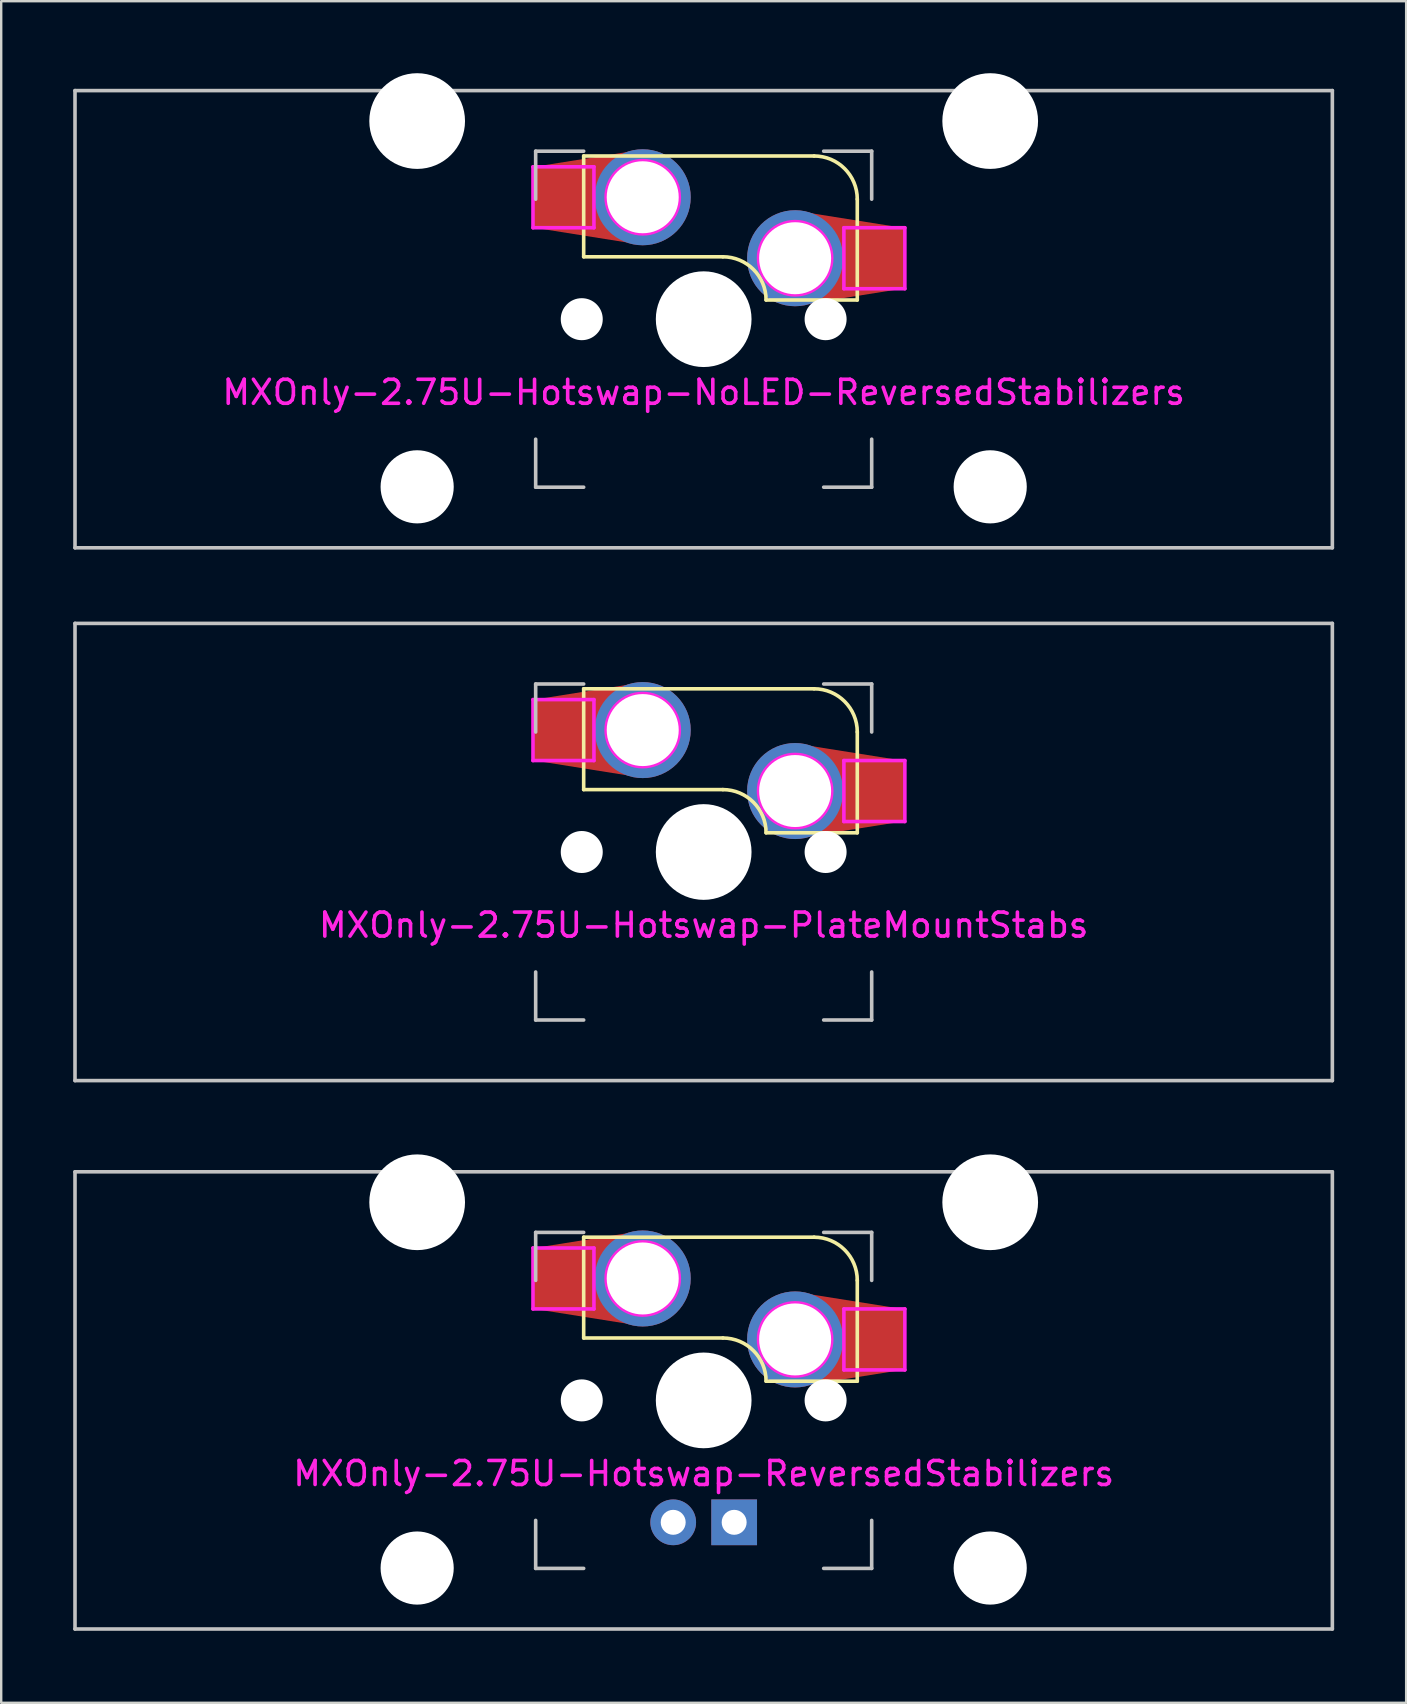
<source format=kicad_pcb>
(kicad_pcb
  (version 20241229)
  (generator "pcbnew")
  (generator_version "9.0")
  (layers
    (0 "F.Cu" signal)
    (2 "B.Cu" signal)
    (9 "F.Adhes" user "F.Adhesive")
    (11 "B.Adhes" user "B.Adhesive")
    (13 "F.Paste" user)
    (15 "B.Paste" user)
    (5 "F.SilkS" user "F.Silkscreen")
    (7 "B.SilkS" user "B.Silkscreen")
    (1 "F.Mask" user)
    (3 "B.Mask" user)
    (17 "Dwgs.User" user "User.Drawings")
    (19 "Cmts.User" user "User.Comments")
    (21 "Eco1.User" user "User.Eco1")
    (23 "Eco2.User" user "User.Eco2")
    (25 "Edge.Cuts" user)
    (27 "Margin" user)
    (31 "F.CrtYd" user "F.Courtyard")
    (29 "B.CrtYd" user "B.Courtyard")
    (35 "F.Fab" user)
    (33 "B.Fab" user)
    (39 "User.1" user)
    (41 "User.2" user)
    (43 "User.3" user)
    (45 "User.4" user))
  (footprint "MXOnly-2.75U-Hotswap-ReversedStabilizers"
    (layer "F.Cu")
    (at 26.269 55.298)
    (property "Reference" "MXOnly-2.75U-Hotswap-ReversedStabilizers" (at 0 3.048 180) (layer "F.CrtYd") (effects (font (size 1 1) (thickness 0.15))))
    (attr smd)
    (fp_line (start -5 -6.8) (end 4.6 -6.8) (stroke (width 0.15) (type solid)) (layer "F.SilkS"))
    (fp_line (start -5 -2.6) (end -5 -6.8) (stroke (width 0.15) (type solid)) (layer "F.SilkS"))
    (fp_line (start 0.8 -2.6) (end -5 -2.6) (stroke (width 0.15) (type solid)) (layer "F.SilkS"))
    (fp_line (start 6.4 -5) (end 6.4 -0.8) (stroke (width 0.15) (type solid)) (layer "F.SilkS"))
    (fp_line (start 6.4 -0.8) (end 2.6 -0.8) (stroke (width 0.15) (type solid)) (layer "F.SilkS"))
    (fp_arc (start 0.8 -2.6) (mid 2.072792 -2.072792) (end 2.6 -0.8) (stroke (width 0.15) (type solid)) (layer "F.SilkS"))
    (fp_arc (start 4.6 -6.8) (mid 5.872792 -6.272792) (end 6.4 -5) (stroke (width 0.15) (type solid)) (layer "F.SilkS"))
    (fp_poly (pts (xy -5.08 -3.493) (xy -7.112 -3.81) (xy -7.112 -6.35) (xy -5.08 -6.668)) (stroke (width 0.1) (type solid)) (fill yes) (layer "F.Paste"))
    (fp_poly (pts (xy 6.477 -4.064) (xy 8.509 -3.747) (xy 8.509 -1.206) (xy 6.477 -0.889)) (stroke (width 0.1) (type solid)) (fill yes) (layer "F.Paste"))
    (fp_line (start -26.194 -9.525) (end 26.194 -9.525) (stroke (width 0.15) (type solid)) (layer "Dwgs.User"))
    (fp_line (start -26.194 9.525) (end -26.194 -9.525) (stroke (width 0.15) (type solid)) (layer "Dwgs.User"))
    (fp_line (start -7 -7) (end -7 -5) (stroke (width 0.15) (type solid)) (layer "Dwgs.User"))
    (fp_line (start -7 7) (end -7 5) (stroke (width 0.15) (type solid)) (layer "Dwgs.User"))
    (fp_line (start -5 -7) (end -7 -7) (stroke (width 0.15) (type solid)) (layer "Dwgs.User"))
    (fp_line (start -5 7) (end -7 7) (stroke (width 0.15) (type solid)) (layer "Dwgs.User"))
    (fp_line (start 5 -7) (end 7 -7) (stroke (width 0.15) (type solid)) (layer "Dwgs.User"))
    (fp_line (start 7 -7) (end 7 -5) (stroke (width 0.15) (type solid)) (layer "Dwgs.User"))
    (fp_line (start 7 5) (end 7 7) (stroke (width 0.15) (type solid)) (layer "Dwgs.User"))
    (fp_line (start 7 7) (end 5 7) (stroke (width 0.15) (type solid)) (layer "Dwgs.User"))
    (fp_line (start 26.194 -9.525) (end 26.194 9.525) (stroke (width 0.15) (type solid)) (layer "Dwgs.User"))
    (fp_line (start 26.194 9.525) (end -26.194 9.525) (stroke (width 0.15) (type solid)) (layer "Dwgs.User"))
    (fp_line (start -7.112 -6.35) (end -7.112 -3.81) (stroke (width 0.15) (type solid)) (layer "F.CrtYd"))
    (fp_line (start -7.112 -3.81) (end -4.572 -3.81) (stroke (width 0.15) (type solid)) (layer "F.CrtYd"))
    (fp_line (start -4.572 -6.35) (end -7.112 -6.35) (stroke (width 0.15) (type solid)) (layer "F.CrtYd"))
    (fp_line (start -4.572 -3.81) (end -4.572 -6.35) (stroke (width 0.15) (type solid)) (layer "F.CrtYd"))
    (fp_line (start 5.842 -3.81) (end 5.842 -1.27) (stroke (width 0.15) (type solid)) (layer "F.CrtYd"))
    (fp_line (start 5.842 -1.27) (end 8.382 -1.27) (stroke (width 0.15) (type solid)) (layer "F.CrtYd"))
    (fp_line (start 8.382 -3.81) (end 5.842 -3.81) (stroke (width 0.15) (type solid)) (layer "F.CrtYd"))
    (fp_line (start 8.382 -1.27) (end 8.382 -3.81) (stroke (width 0.15) (type solid)) (layer "F.CrtYd"))
    (fp_circle (center -2.54 -5.08) (end -2.54 -6.604) (stroke (width 0.15) (type solid)) (fill no) (layer "F.CrtYd"))
    (fp_circle (center 3.81 -2.54) (end 3.81 -4.064) (stroke (width 0.15) (type solid)) (fill no) (layer "F.CrtYd"))
    (pad "" np_thru_hole circle (at -11.938 -8.255) (size 3.988 3.988) (drill 3.988) (layers "*.Cu" "*.Mask"))
    (pad "" np_thru_hole circle (at -11.938 6.985) (size 3.048 3.048) (drill 3.048) (layers "*.Cu" "*.Mask"))
    (pad "" np_thru_hole circle (at -5.08 0 131.9) (size 1.75 1.75) (drill 1.75) (layers "*.Cu" "*.Mask"))
    (pad "" np_thru_hole circle (at 0 0 180) (size 3.988 3.988) (drill 3.988) (layers "*.Cu" "*.Mask"))
    (pad "" np_thru_hole circle (at 5.08 0 131.9) (size 1.75 1.75) (drill 1.75) (layers "*.Cu" "*.Mask"))
    (pad "" np_thru_hole circle (at 11.938 -8.255) (size 3.988 3.988) (drill 3.988) (layers "*.Cu" "*.Mask"))
    (pad "" np_thru_hole circle (at 11.938 6.985) (size 3.048 3.048) (drill 3.048) (layers "*.Cu" "*.Mask"))
    (pad "1" thru_hole circle (at 3.81 -2.54 180) (size 4 4) (drill 3) (layers "*.Cu" "F.Mask"))
    (pad "1" smd custom (at 7.085 -2.54 180) (size 2.55 2.5) (layers "F.Cu" "F.Mask") (options (anchor rect)) (primitives (gr_poly (pts (xy -1.195 1.219) (xy 3.275 1.93) (xy 3.275 -1.93) (xy -1.195 -1.219)) (width 0.1) (fill yes))))
    (pad "2" smd custom (at -5.841 -5.08 180) (size 2.55 2.5) (layers "F.Cu" "F.Mask") (options (anchor rect)) (primitives (gr_poly (pts (xy 1.219 -1.219) (xy -3.251 -1.93) (xy -3.251 1.93) (xy 1.219 1.219)) (width 0.1) (fill yes))))
    (pad "2" thru_hole circle (at -2.54 -5.08 180) (size 4 4) (drill 3) (layers "*.Cu" "F.Mask"))
    (pad "3" thru_hole circle (at -1.27 5.08) (size 1.905 1.905) (drill 1.04) (layers "*.Cu" "F.Mask"))
    (pad "4" thru_hole rect (at 1.27 5.08) (size 1.905 1.905) (drill 1.04) (layers "*.Cu" "F.Mask")))
  (footprint "MXOnly-2.75U-Hotswap-NoLED-ReversedStabilizers"
    (layer "F.Cu")
    (at 26.269 10.249)
    (property "Reference" "MXOnly-2.75U-Hotswap-NoLED-ReversedStabilizers" (at 0 3.048 180) (layer "F.CrtYd") (effects (font (size 1 1) (thickness 0.15))))
    (attr smd)
    (fp_line (start -5 -6.8) (end 4.6 -6.8) (stroke (width 0.15) (type solid)) (layer "F.SilkS"))
    (fp_line (start -5 -2.6) (end -5 -6.8) (stroke (width 0.15) (type solid)) (layer "F.SilkS"))
    (fp_line (start 0.8 -2.6) (end -5 -2.6) (stroke (width 0.15) (type solid)) (layer "F.SilkS"))
    (fp_line (start 6.4 -5) (end 6.4 -0.8) (stroke (width 0.15) (type solid)) (layer "F.SilkS"))
    (fp_line (start 6.4 -0.8) (end 2.6 -0.8) (stroke (width 0.15) (type solid)) (layer "F.SilkS"))
    (fp_arc (start 0.8 -2.6) (mid 2.072792 -2.072792) (end 2.6 -0.8) (stroke (width 0.15) (type solid)) (layer "F.SilkS"))
    (fp_arc (start 4.6 -6.8) (mid 5.872792 -6.272792) (end 6.4 -5) (stroke (width 0.15) (type solid)) (layer "F.SilkS"))
    (fp_poly (pts (xy -5.08 -3.493) (xy -7.112 -3.81) (xy -7.112 -6.35) (xy -5.08 -6.668)) (stroke (width 0.1) (type solid)) (fill yes) (layer "F.Paste"))
    (fp_poly (pts (xy 6.477 -4.064) (xy 8.509 -3.747) (xy 8.509 -1.206) (xy 6.477 -0.889)) (stroke (width 0.1) (type solid)) (fill yes) (layer "F.Paste"))
    (fp_line (start -26.194 -9.525) (end 26.194 -9.525) (stroke (width 0.15) (type solid)) (layer "Dwgs.User"))
    (fp_line (start -26.194 9.525) (end -26.194 -9.525) (stroke (width 0.15) (type solid)) (layer "Dwgs.User"))
    (fp_line (start -7 -7) (end -7 -5) (stroke (width 0.15) (type solid)) (layer "Dwgs.User"))
    (fp_line (start -7 7) (end -7 5) (stroke (width 0.15) (type solid)) (layer "Dwgs.User"))
    (fp_line (start -5 -7) (end -7 -7) (stroke (width 0.15) (type solid)) (layer "Dwgs.User"))
    (fp_line (start -5 7) (end -7 7) (stroke (width 0.15) (type solid)) (layer "Dwgs.User"))
    (fp_line (start 5 -7) (end 7 -7) (stroke (width 0.15) (type solid)) (layer "Dwgs.User"))
    (fp_line (start 7 -7) (end 7 -5) (stroke (width 0.15) (type solid)) (layer "Dwgs.User"))
    (fp_line (start 7 5) (end 7 7) (stroke (width 0.15) (type solid)) (layer "Dwgs.User"))
    (fp_line (start 7 7) (end 5 7) (stroke (width 0.15) (type solid)) (layer "Dwgs.User"))
    (fp_line (start 26.194 -9.525) (end 26.194 9.525) (stroke (width 0.15) (type solid)) (layer "Dwgs.User"))
    (fp_line (start 26.194 9.525) (end -26.194 9.525) (stroke (width 0.15) (type solid)) (layer "Dwgs.User"))
    (fp_line (start -7.112 -6.35) (end -7.112 -3.81) (stroke (width 0.15) (type solid)) (layer "F.CrtYd"))
    (fp_line (start -7.112 -3.81) (end -4.572 -3.81) (stroke (width 0.15) (type solid)) (layer "F.CrtYd"))
    (fp_line (start -4.572 -6.35) (end -7.112 -6.35) (stroke (width 0.15) (type solid)) (layer "F.CrtYd"))
    (fp_line (start -4.572 -3.81) (end -4.572 -6.35) (stroke (width 0.15) (type solid)) (layer "F.CrtYd"))
    (fp_line (start 5.842 -3.81) (end 5.842 -1.27) (stroke (width 0.15) (type solid)) (layer "F.CrtYd"))
    (fp_line (start 5.842 -1.27) (end 8.382 -1.27) (stroke (width 0.15) (type solid)) (layer "F.CrtYd"))
    (fp_line (start 8.382 -3.81) (end 5.842 -3.81) (stroke (width 0.15) (type solid)) (layer "F.CrtYd"))
    (fp_line (start 8.382 -1.27) (end 8.382 -3.81) (stroke (width 0.15) (type solid)) (layer "F.CrtYd"))
    (fp_circle (center -2.54 -5.08) (end -2.54 -6.604) (stroke (width 0.15) (type solid)) (fill no) (layer "F.CrtYd"))
    (fp_circle (center 3.81 -2.54) (end 3.81 -4.064) (stroke (width 0.15) (type solid)) (fill no) (layer "F.CrtYd"))
    (pad "" np_thru_hole circle (at -11.938 -8.255) (size 3.988 3.988) (drill 3.988) (layers "*.Cu" "*.Mask"))
    (pad "" np_thru_hole circle (at -11.938 6.985) (size 3.048 3.048) (drill 3.048) (layers "*.Cu" "*.Mask"))
    (pad "" np_thru_hole circle (at -5.08 0 131.9) (size 1.75 1.75) (drill 1.75) (layers "*.Cu" "*.Mask"))
    (pad "" np_thru_hole circle (at 0 0 180) (size 3.988 3.988) (drill 3.988) (layers "*.Cu" "*.Mask"))
    (pad "" np_thru_hole circle (at 5.08 0 131.9) (size 1.75 1.75) (drill 1.75) (layers "*.Cu" "*.Mask"))
    (pad "" np_thru_hole circle (at 11.938 -8.255) (size 3.988 3.988) (drill 3.988) (layers "*.Cu" "*.Mask"))
    (pad "" np_thru_hole circle (at 11.938 6.985) (size 3.048 3.048) (drill 3.048) (layers "*.Cu" "*.Mask"))
    (pad "1" thru_hole circle (at 3.81 -2.54 180) (size 4 4) (drill 3) (layers "*.Cu" "F.Mask"))
    (pad "1" smd custom (at 7.085 -2.54 180) (size 2.55 2.5) (layers "F.Cu" "F.Mask") (options (anchor rect)) (primitives (gr_poly (pts (xy -1.195 1.219) (xy 3.275 1.93) (xy 3.275 -1.93) (xy -1.195 -1.219)) (width 0.1) (fill yes))))
    (pad "2" smd custom (at -5.841 -5.08 180) (size 2.55 2.5) (layers "F.Cu" "F.Mask") (options (anchor rect)) (primitives (gr_poly (pts (xy 1.219 -1.219) (xy -3.251 -1.93) (xy -3.251 1.93) (xy 1.219 1.219)) (width 0.1) (fill yes))))
    (pad "2" thru_hole circle (at -2.54 -5.08 180) (size 4 4) (drill 3) (layers "*.Cu" "F.Mask")))
  (footprint "MXOnly-2.75U-Hotswap-PlateMountStabs"
    (layer "F.Cu")
    (at 26.269 32.449)
    (property "Reference" "MXOnly-2.75U-Hotswap-PlateMountStabs" (at 0 3.048 180) (layer "F.CrtYd") (effects (font (size 1 1) (thickness 0.15))))
    (attr smd)
    (fp_line (start -5 -6.8) (end 4.6 -6.8) (stroke (width 0.15) (type solid)) (layer "F.SilkS"))
    (fp_line (start -5 -2.6) (end -5 -6.8) (stroke (width 0.15) (type solid)) (layer "F.SilkS"))
    (fp_line (start 0.8 -2.6) (end -5 -2.6) (stroke (width 0.15) (type solid)) (layer "F.SilkS"))
    (fp_line (start 6.4 -5) (end 6.4 -0.8) (stroke (width 0.15) (type solid)) (layer "F.SilkS"))
    (fp_line (start 6.4 -0.8) (end 2.6 -0.8) (stroke (width 0.15) (type solid)) (layer "F.SilkS"))
    (fp_arc (start 0.8 -2.6) (mid 2.072792 -2.072792) (end 2.6 -0.8) (stroke (width 0.15) (type solid)) (layer "F.SilkS"))
    (fp_arc (start 4.6 -6.8) (mid 5.872792 -6.272792) (end 6.4 -5) (stroke (width 0.15) (type solid)) (layer "F.SilkS"))
    (fp_poly (pts (xy -5.08 -3.493) (xy -7.112 -3.81) (xy -7.112 -6.35) (xy -5.08 -6.668)) (stroke (width 0.1) (type solid)) (fill yes) (layer "F.Paste"))
    (fp_poly (pts (xy 6.477 -4.064) (xy 8.509 -3.747) (xy 8.509 -1.206) (xy 6.477 -0.889)) (stroke (width 0.1) (type solid)) (fill yes) (layer "F.Paste"))
    (fp_line (start -26.194 -9.525) (end 26.194 -9.525) (stroke (width 0.15) (type solid)) (layer "Dwgs.User"))
    (fp_line (start -26.194 9.525) (end -26.194 -9.525) (stroke (width 0.15) (type solid)) (layer "Dwgs.User"))
    (fp_line (start -7 -7) (end -7 -5) (stroke (width 0.15) (type solid)) (layer "Dwgs.User"))
    (fp_line (start -7 7) (end -7 5) (stroke (width 0.15) (type solid)) (layer "Dwgs.User"))
    (fp_line (start -5 -7) (end -7 -7) (stroke (width 0.15) (type solid)) (layer "Dwgs.User"))
    (fp_line (start -5 7) (end -7 7) (stroke (width 0.15) (type solid)) (layer "Dwgs.User"))
    (fp_line (start 5 -7) (end 7 -7) (stroke (width 0.15) (type solid)) (layer "Dwgs.User"))
    (fp_line (start 7 -7) (end 7 -5) (stroke (width 0.15) (type solid)) (layer "Dwgs.User"))
    (fp_line (start 7 5) (end 7 7) (stroke (width 0.15) (type solid)) (layer "Dwgs.User"))
    (fp_line (start 7 7) (end 5 7) (stroke (width 0.15) (type solid)) (layer "Dwgs.User"))
    (fp_line (start 26.194 -9.525) (end 26.194 9.525) (stroke (width 0.15) (type solid)) (layer "Dwgs.User"))
    (fp_line (start 26.194 9.525) (end -26.194 9.525) (stroke (width 0.15) (type solid)) (layer "Dwgs.User"))
    (fp_line (start -7.112 -6.35) (end -7.112 -3.81) (stroke (width 0.15) (type solid)) (layer "F.CrtYd"))
    (fp_line (start -7.112 -3.81) (end -4.572 -3.81) (stroke (width 0.15) (type solid)) (layer "F.CrtYd"))
    (fp_line (start -4.572 -6.35) (end -7.112 -6.35) (stroke (width 0.15) (type solid)) (layer "F.CrtYd"))
    (fp_line (start -4.572 -3.81) (end -4.572 -6.35) (stroke (width 0.15) (type solid)) (layer "F.CrtYd"))
    (fp_line (start 5.842 -3.81) (end 5.842 -1.27) (stroke (width 0.15) (type solid)) (layer "F.CrtYd"))
    (fp_line (start 5.842 -1.27) (end 8.382 -1.27) (stroke (width 0.15) (type solid)) (layer "F.CrtYd"))
    (fp_line (start 8.382 -3.81) (end 5.842 -3.81) (stroke (width 0.15) (type solid)) (layer "F.CrtYd"))
    (fp_line (start 8.382 -1.27) (end 8.382 -3.81) (stroke (width 0.15) (type solid)) (layer "F.CrtYd"))
    (fp_circle (center -2.54 -5.08) (end -2.54 -6.604) (stroke (width 0.15) (type solid)) (fill no) (layer "F.CrtYd"))
    (fp_circle (center 3.81 -2.54) (end 3.81 -4.064) (stroke (width 0.15) (type solid)) (fill no) (layer "F.CrtYd"))
    (pad "" np_thru_hole circle (at -5.08 0 131.9) (size 1.75 1.75) (drill 1.75) (layers "*.Cu" "*.Mask"))
    (pad "" np_thru_hole circle (at 0 0 180) (size 3.988 3.988) (drill 3.988) (layers "*.Cu" "*.Mask"))
    (pad "" np_thru_hole circle (at 5.08 0 131.9) (size 1.75 1.75) (drill 1.75) (layers "*.Cu" "*.Mask"))
    (pad "1" thru_hole circle (at 3.81 -2.54 180) (size 4 4) (drill 3) (layers "*.Cu" "F.Mask"))
    (pad "1" smd custom (at 7.085 -2.54 180) (size 2.55 2.5) (layers "F.Cu" "F.Mask") (options (anchor rect)) (primitives (gr_poly (pts (xy -1.195 1.219) (xy 3.275 1.93) (xy 3.275 -1.93) (xy -1.195 -1.219)) (width 0.1) (fill yes))))
    (pad "2" smd custom (at -5.841 -5.08 180) (size 2.55 2.5) (layers "F.Cu" "F.Mask") (options (anchor rect)) (primitives (gr_poly (pts (xy 1.219 -1.219) (xy -3.251 -1.93) (xy -3.251 1.93) (xy 1.219 1.219)) (width 0.1) (fill yes))))
    (pad "2" thru_hole circle (at -2.54 -5.08 180) (size 4 4) (drill 3) (layers "*.Cu" "F.Mask")))
  (gr_rect
    (start -3 -3)
    (end 55.538 67.898)
    (stroke (width 0.1) (type default))
    (fill no)
    (layer "Edge.Cuts")))
</source>
